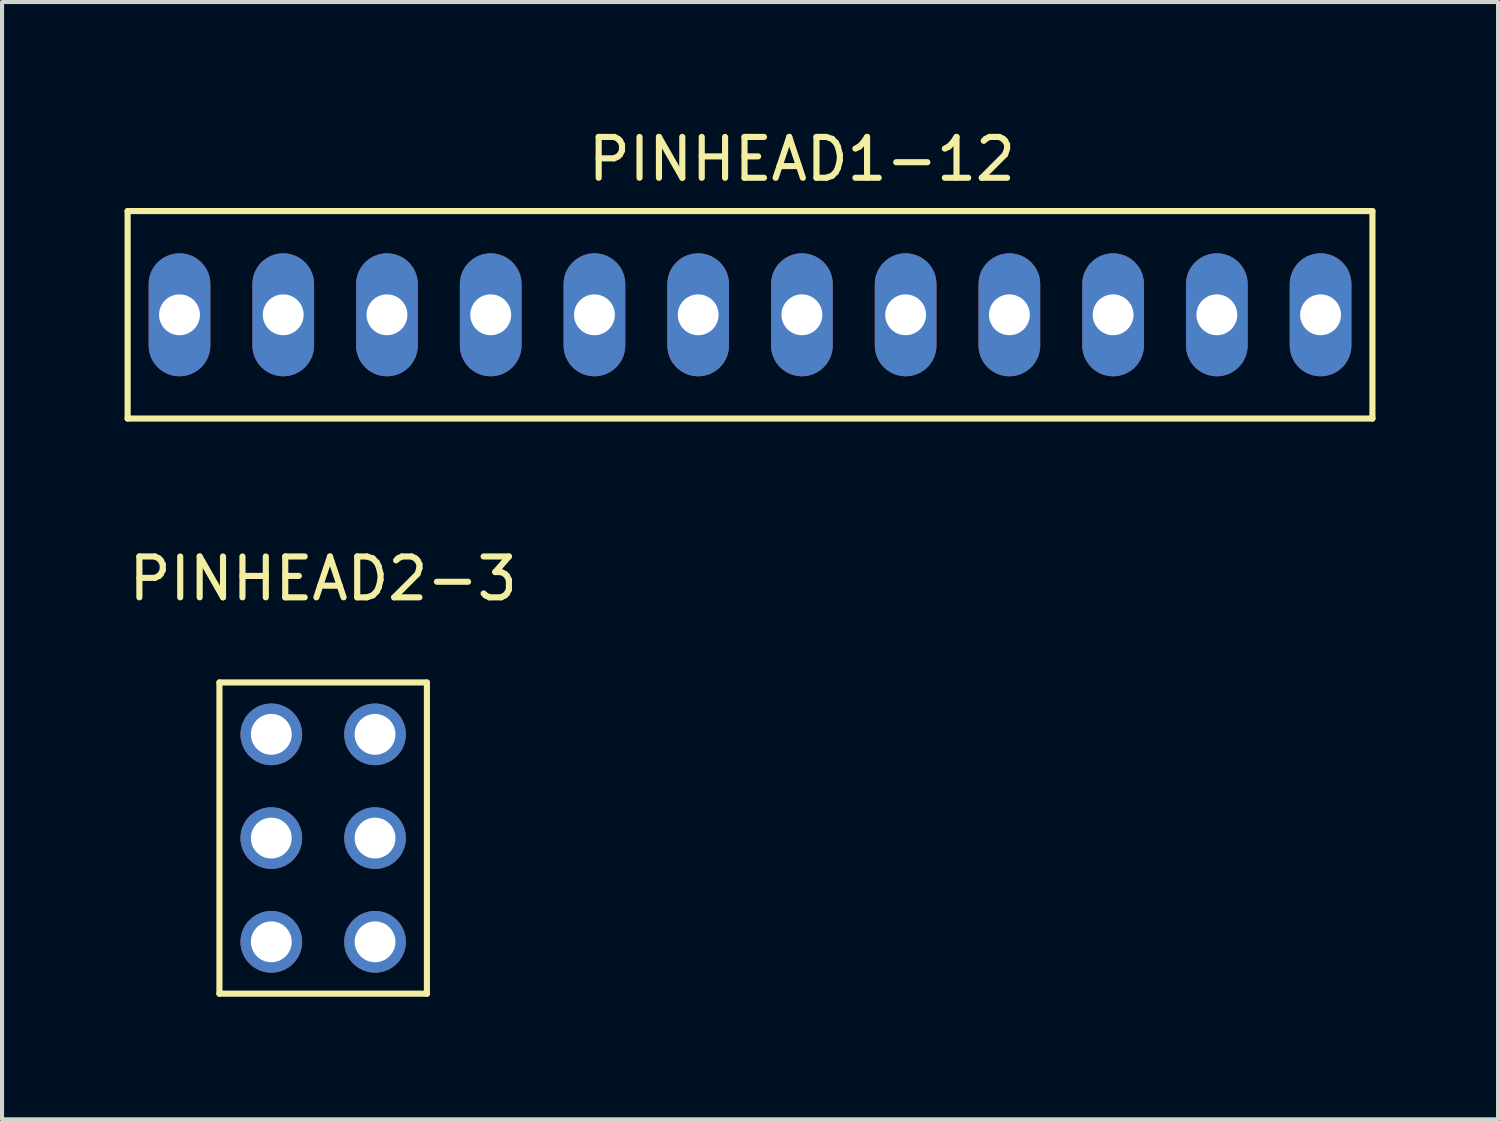
<source format=kicad_pcb>
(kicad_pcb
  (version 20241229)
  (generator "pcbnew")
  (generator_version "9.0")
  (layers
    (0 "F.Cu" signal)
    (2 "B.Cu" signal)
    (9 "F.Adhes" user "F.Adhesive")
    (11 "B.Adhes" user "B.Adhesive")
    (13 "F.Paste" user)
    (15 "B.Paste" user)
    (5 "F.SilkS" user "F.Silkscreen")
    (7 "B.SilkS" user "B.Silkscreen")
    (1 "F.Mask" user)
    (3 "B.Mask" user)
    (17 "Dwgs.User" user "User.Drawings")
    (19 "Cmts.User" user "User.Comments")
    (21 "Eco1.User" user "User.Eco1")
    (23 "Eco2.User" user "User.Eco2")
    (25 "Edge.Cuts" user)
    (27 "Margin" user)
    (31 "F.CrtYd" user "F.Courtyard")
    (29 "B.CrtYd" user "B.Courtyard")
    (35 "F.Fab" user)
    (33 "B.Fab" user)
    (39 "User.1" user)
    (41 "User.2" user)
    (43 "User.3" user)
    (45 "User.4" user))
  (footprint "PINHEAD2-3"
    (layer "F.Cu")
    (at 4.863 16.201)
    (property "Reference" "PINHEAD2-3" (at 0 -5.08 0) (layer "F.SilkS") (effects (font (size 1 1) (thickness 0.15))))
    (attr through_hole)
    (fp_line (start -2.54 -2.54) (end 2.54 -2.54) (stroke (width 0.15) (type solid)) (layer "F.SilkS"))
    (fp_line (start -2.54 5.08) (end -2.54 -2.54) (stroke (width 0.15) (type solid)) (layer "F.SilkS"))
    (fp_line (start 2.54 -2.54) (end 2.54 5.08) (stroke (width 0.15) (type solid)) (layer "F.SilkS"))
    (fp_line (start 2.54 5.08) (end -2.54 5.08) (stroke (width 0.15) (type solid)) (layer "F.SilkS"))
    (pad "1" thru_hole circle (at -1.27 -1.27 270) (size 1.51 1.51) (drill 1) (layers "*.Cu" "*.Mask"))
    (pad "2" thru_hole circle (at 1.27 -1.27 270) (size 1.51 1.51) (drill 1) (layers "*.Cu" "*.Mask"))
    (pad "3" thru_hole circle (at -1.27 1.27 270) (size 1.51 1.51) (drill 1) (layers "*.Cu" "*.Mask"))
    (pad "4" thru_hole circle (at 1.27 1.27 270) (size 1.51 1.51) (drill 1) (layers "*.Cu" "*.Mask"))
    (pad "5" thru_hole circle (at -1.27 3.81 270) (size 1.51 1.51) (drill 1) (layers "*.Cu" "*.Mask"))
    (pad "6" thru_hole circle (at 1.27 3.81 270) (size 1.51 1.51) (drill 1) (layers "*.Cu" "*.Mask")))
  (footprint "PINHEAD1-12"
    (layer "F.Cu")
    (at 1.345 4.658)
    (property "Reference" "PINHEAD1-12" (at 15.24 -3.81 0) (layer "F.SilkS") (effects (font (size 1 1) (thickness 0.15))))
    (attr through_hole)
    (fp_line (start -1.27 -2.54) (end -1.27 2.54) (stroke (width 0.15) (type solid)) (layer "F.SilkS"))
    (fp_line (start -1.27 2.54) (end 29.21 2.54) (stroke (width 0.15) (type solid)) (layer "F.SilkS"))
    (fp_line (start 29.21 -2.54) (end -1.27 -2.54) (stroke (width 0.15) (type solid)) (layer "F.SilkS"))
    (fp_line (start 29.21 -2.54) (end 29.21 2.54) (stroke (width 0.15) (type solid)) (layer "F.SilkS"))
    (pad "1" thru_hole oval (at 0 0) (size 1.51 3.01) (drill 1) (layers "*.Cu" "*.Mask"))
    (pad "2" thru_hole oval (at 2.54 0) (size 1.51 3.01) (drill 1) (layers "*.Cu" "*.Mask"))
    (pad "3" thru_hole oval (at 5.08 0) (size 1.51 3.01) (drill 1) (layers "*.Cu" "*.Mask"))
    (pad "4" thru_hole oval (at 7.62 0) (size 1.51 3.01) (drill 1) (layers "*.Cu" "*.Mask"))
    (pad "5" thru_hole oval (at 10.16 0) (size 1.51 3.01) (drill 1) (layers "*.Cu" "*.Mask"))
    (pad "6" thru_hole oval (at 12.7 0) (size 1.51 3.01) (drill 1) (layers "*.Cu" "*.Mask"))
    (pad "7" thru_hole oval (at 15.24 0) (size 1.51 3.01) (drill 1) (layers "*.Cu" "*.Mask"))
    (pad "8" thru_hole oval (at 17.78 0) (size 1.51 3.01) (drill 1) (layers "*.Cu" "*.Mask"))
    (pad "9" thru_hole oval (at 20.32 0) (size 1.51 3.01) (drill 1) (layers "*.Cu" "*.Mask"))
    (pad "10" thru_hole oval (at 22.86 0) (size 1.51 3.01) (drill 1) (layers "*.Cu" "*.Mask"))
    (pad "11" thru_hole oval (at 25.4 0) (size 1.51 3.01) (drill 1) (layers "*.Cu" "*.Mask"))
    (pad "12" thru_hole oval (at 27.94 0) (size 1.51 3.01) (drill 1) (layers "*.Cu" "*.Mask")))
  (gr_rect
    (start -3 -3)
    (end 33.63 24.357)
    (stroke (width 0.1) (type default))
    (fill no)
    (layer "Edge.Cuts")))
</source>
